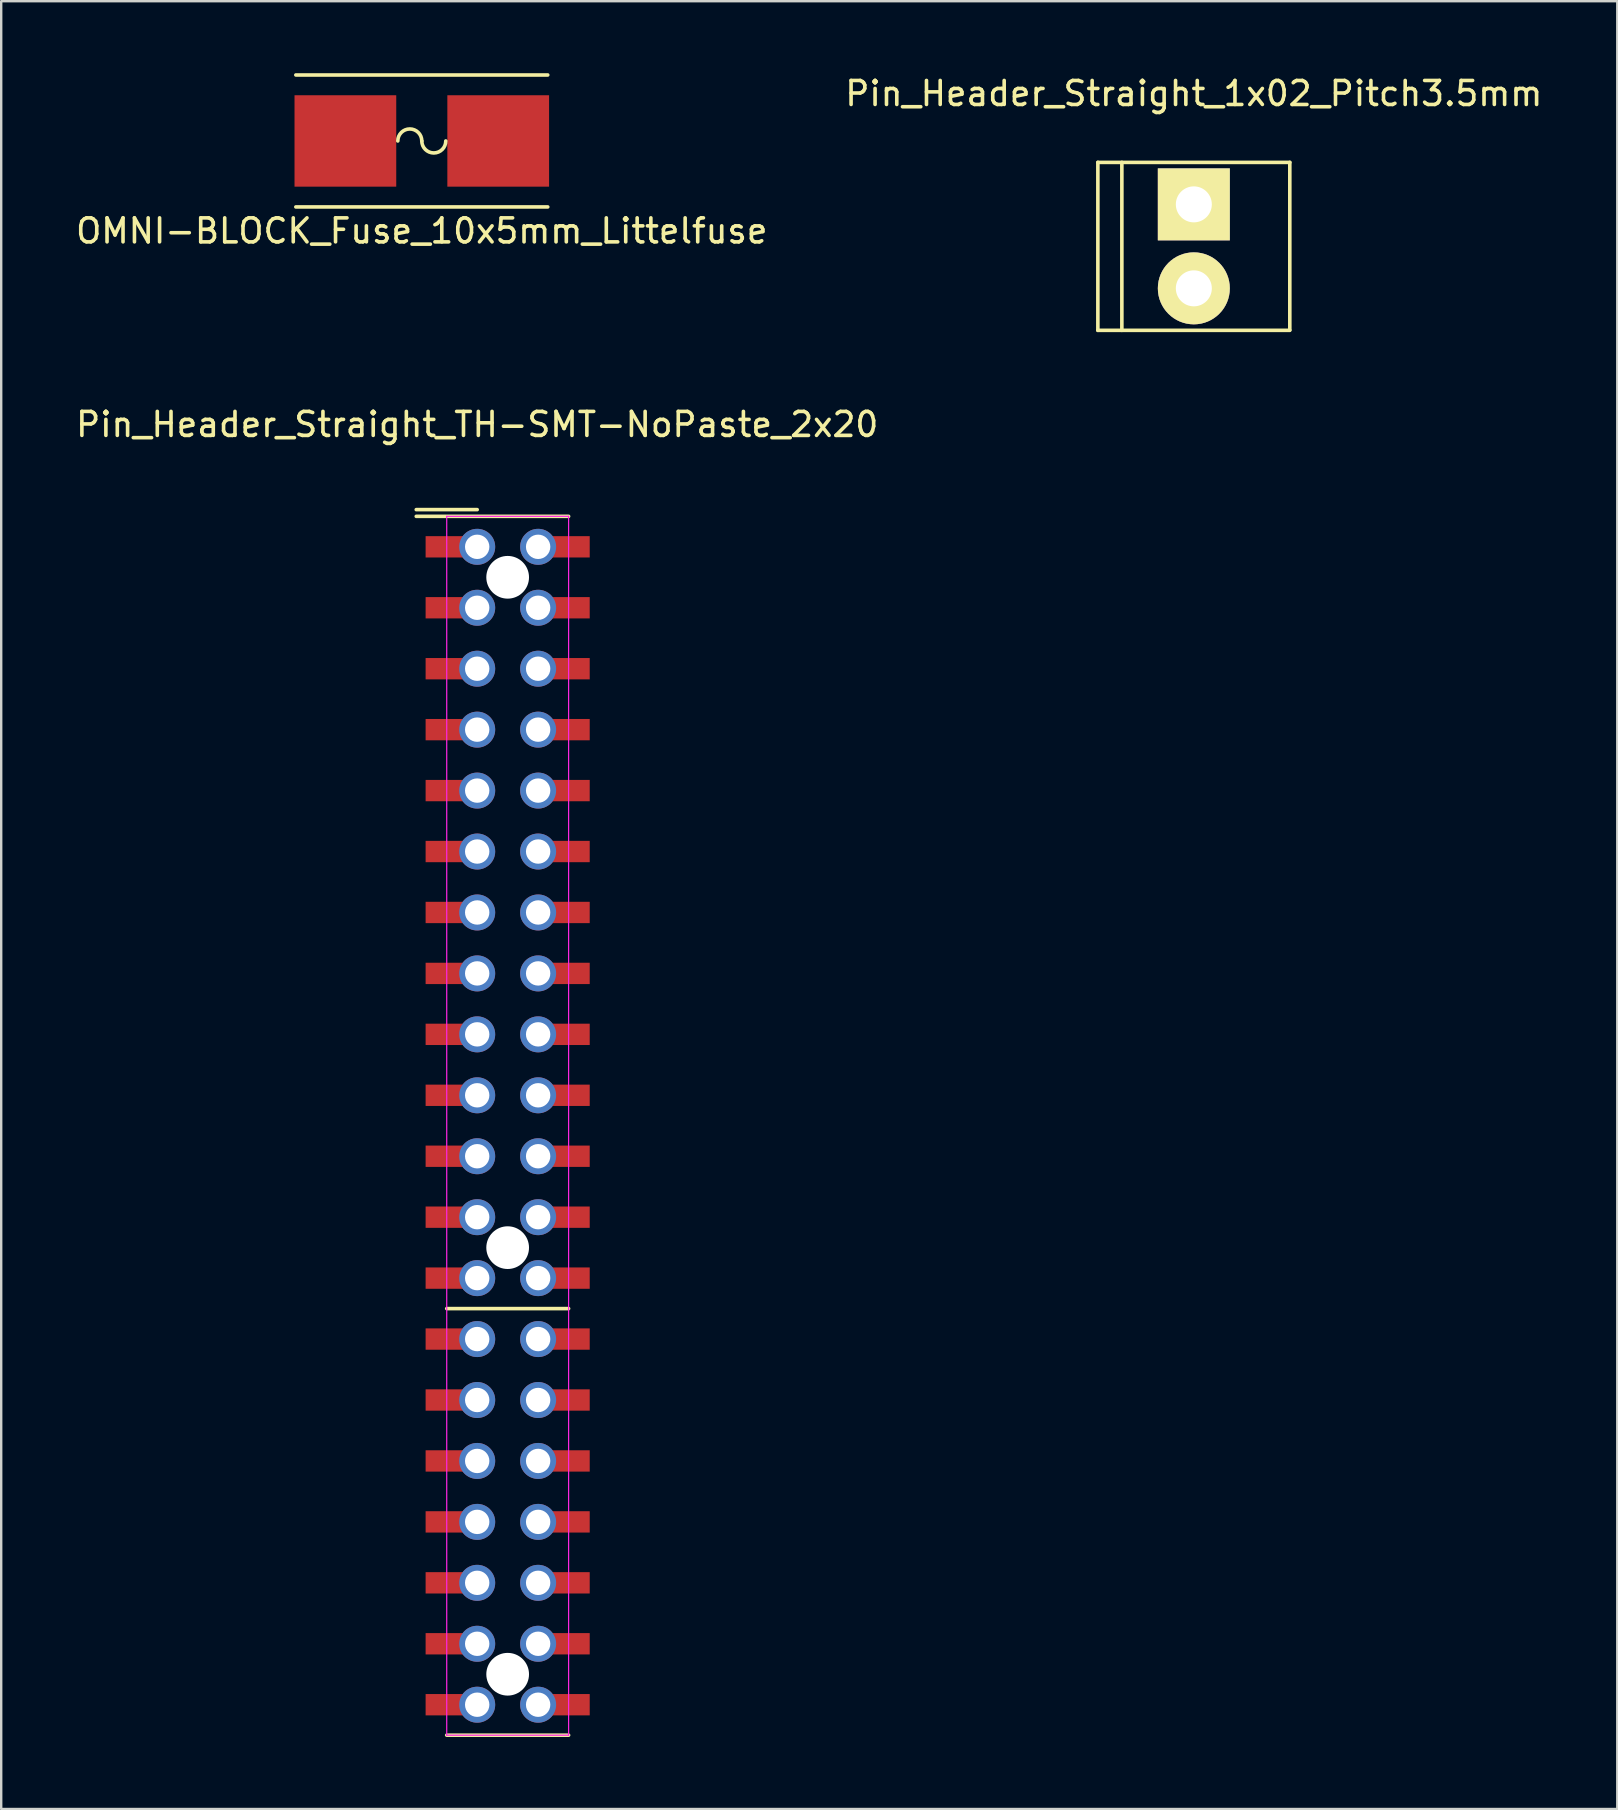
<source format=kicad_pcb>
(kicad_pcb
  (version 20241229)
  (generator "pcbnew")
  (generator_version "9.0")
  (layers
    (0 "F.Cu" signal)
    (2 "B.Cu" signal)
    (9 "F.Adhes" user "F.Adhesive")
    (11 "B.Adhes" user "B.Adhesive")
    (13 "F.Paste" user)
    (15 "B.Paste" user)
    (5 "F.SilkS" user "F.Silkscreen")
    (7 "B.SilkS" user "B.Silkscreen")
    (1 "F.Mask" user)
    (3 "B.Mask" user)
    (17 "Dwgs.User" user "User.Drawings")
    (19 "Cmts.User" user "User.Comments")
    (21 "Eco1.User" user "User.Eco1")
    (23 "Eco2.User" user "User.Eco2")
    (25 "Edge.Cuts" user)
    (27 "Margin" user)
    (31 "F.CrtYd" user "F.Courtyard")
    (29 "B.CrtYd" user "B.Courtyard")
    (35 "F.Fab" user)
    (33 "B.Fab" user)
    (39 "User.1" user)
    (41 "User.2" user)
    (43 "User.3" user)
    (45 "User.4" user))
  (footprint "Pin_Header_Straight_TH-SMT-NoPaste_2x20"
    (layer "F.Cu")
    (at 16.839 19.741)
    (property "Reference" "Pin_Header_Straight_TH-SMT-NoPaste_2x20" (at 0 -5.1 0) (layer "F.SilkS") (effects (font (size 1 1) (thickness 0.15))))
    (attr through_hole)
    (fp_line (start 0 -1.55) (end -2.54 -1.55) (stroke (width 0.15) (type solid)) (layer "F.SilkS"))
    (fp_line (start 3.81 -1.27) (end -2.54 -1.27) (stroke (width 0.15) (type solid)) (layer "F.SilkS"))
    (fp_line (start 3.81 31.75) (end -1.27 31.75) (stroke (width 0.15) (type solid)) (layer "F.SilkS"))
    (fp_line (start 3.81 49.53) (end -1.27 49.53) (stroke (width 0.15) (type solid)) (layer "F.SilkS"))
    (fp_line (start -1.27 -1.27) (end -1.27 49.53) (stroke (width 0.05) (type solid)) (layer "F.CrtYd"))
    (fp_line (start -1.27 -1.27) (end 3.81 -1.27) (stroke (width 0.05) (type solid)) (layer "F.CrtYd"))
    (fp_line (start -1.27 49.53) (end 3.81 49.53) (stroke (width 0.05) (type solid)) (layer "F.CrtYd"))
    (fp_line (start 3.81 -1.27) (end 3.81 49.53) (stroke (width 0.05) (type solid)) (layer "F.CrtYd"))
    (pad "" np_thru_hole circle (at 1.27 1.27) (size 1.78 1.78) (drill 1.78) (layers "*.Cu"))
    (pad "" np_thru_hole circle (at 1.27 29.21) (size 1.78 1.78) (drill 1.78) (layers "*.Cu"))
    (pad "" np_thru_hole circle (at 1.27 46.99) (size 1.78 1.78) (drill 1.78) (layers "*.Cu"))
    (pad "1" smd rect (at -1.31 0) (size 1.68 0.889) (layers "F.Cu" "F.Mask"))
    (pad "1" thru_hole circle (at 0 0) (size 1.5 1.5) (drill 1.016) (layers "*.Cu" "*.Mask"))
    (pad "2" thru_hole circle (at 2.54 0) (size 1.5 1.5) (drill 1.016) (layers "*.Cu" "*.Mask"))
    (pad "2" smd rect (at 3.85 0) (size 1.68 0.889) (layers "F.Cu" "F.Mask"))
    (pad "3" smd rect (at -1.31 2.54) (size 1.68 0.889) (layers "F.Cu" "F.Mask"))
    (pad "3" thru_hole circle (at 0 2.54) (size 1.5 1.5) (drill 1.016) (layers "*.Cu" "*.Mask"))
    (pad "4" thru_hole circle (at 2.54 2.54) (size 1.5 1.5) (drill 1.016) (layers "*.Cu" "*.Mask"))
    (pad "4" smd rect (at 3.85 2.54) (size 1.68 0.889) (layers "F.Cu" "F.Mask"))
    (pad "5" smd rect (at -1.31 5.08) (size 1.68 0.889) (layers "F.Cu" "F.Mask"))
    (pad "5" thru_hole circle (at 0 5.08) (size 1.5 1.5) (drill 1.016) (layers "*.Cu" "*.Mask"))
    (pad "6" thru_hole circle (at 2.54 5.08) (size 1.5 1.5) (drill 1.016) (layers "*.Cu" "*.Mask"))
    (pad "6" smd rect (at 3.85 5.08) (size 1.68 0.889) (layers "F.Cu" "F.Mask"))
    (pad "7" smd rect (at -1.31 7.62) (size 1.68 0.889) (layers "F.Cu" "F.Mask"))
    (pad "7" thru_hole circle (at 0 7.62) (size 1.5 1.5) (drill 1.016) (layers "*.Cu" "*.Mask"))
    (pad "8" thru_hole circle (at 2.54 7.62) (size 1.5 1.5) (drill 1.016) (layers "*.Cu" "*.Mask"))
    (pad "8" smd rect (at 3.85 7.62) (size 1.68 0.889) (layers "F.Cu" "F.Mask"))
    (pad "9" smd rect (at -1.31 10.16) (size 1.68 0.889) (layers "F.Cu" "F.Mask"))
    (pad "9" thru_hole circle (at 0 10.16) (size 1.5 1.5) (drill 1.016) (layers "*.Cu" "*.Mask"))
    (pad "10" thru_hole circle (at 2.54 10.16) (size 1.5 1.5) (drill 1.016) (layers "*.Cu" "*.Mask"))
    (pad "10" smd rect (at 3.85 10.16) (size 1.68 0.889) (layers "F.Cu" "F.Mask"))
    (pad "11" smd rect (at -1.31 12.7) (size 1.68 0.889) (layers "F.Cu" "F.Mask"))
    (pad "11" thru_hole circle (at 0 12.7) (size 1.5 1.5) (drill 1.016) (layers "*.Cu" "*.Mask"))
    (pad "12" thru_hole circle (at 2.54 12.7) (size 1.5 1.5) (drill 1.016) (layers "*.Cu" "*.Mask"))
    (pad "12" smd rect (at 3.85 12.7) (size 1.68 0.889) (layers "F.Cu" "F.Mask"))
    (pad "13" smd rect (at -1.31 15.24) (size 1.68 0.889) (layers "F.Cu" "F.Mask"))
    (pad "13" thru_hole circle (at 0 15.24) (size 1.5 1.5) (drill 1.016) (layers "*.Cu" "*.Mask"))
    (pad "14" thru_hole circle (at 2.54 15.24) (size 1.5 1.5) (drill 1.016) (layers "*.Cu" "*.Mask"))
    (pad "14" smd rect (at 3.85 15.24) (size 1.68 0.889) (layers "F.Cu" "F.Mask"))
    (pad "15" smd rect (at -1.31 17.78) (size 1.68 0.889) (layers "F.Cu" "F.Mask"))
    (pad "15" thru_hole circle (at 0 17.78) (size 1.5 1.5) (drill 1.016) (layers "*.Cu" "*.Mask"))
    (pad "16" thru_hole circle (at 2.54 17.78) (size 1.5 1.5) (drill 1.016) (layers "*.Cu" "*.Mask"))
    (pad "16" smd rect (at 3.85 17.78) (size 1.68 0.889) (layers "F.Cu" "F.Mask"))
    (pad "17" smd rect (at -1.31 20.32) (size 1.68 0.889) (layers "F.Cu" "F.Mask"))
    (pad "17" thru_hole circle (at 0 20.32) (size 1.5 1.5) (drill 1.016) (layers "*.Cu" "*.Mask"))
    (pad "18" thru_hole circle (at 2.54 20.32) (size 1.5 1.5) (drill 1.016) (layers "*.Cu" "*.Mask"))
    (pad "18" smd rect (at 3.85 20.32) (size 1.68 0.889) (layers "F.Cu" "F.Mask"))
    (pad "19" smd rect (at -1.31 22.86) (size 1.68 0.889) (layers "F.Cu" "F.Mask"))
    (pad "19" thru_hole circle (at 0 22.86) (size 1.5 1.5) (drill 1.016) (layers "*.Cu" "*.Mask"))
    (pad "20" thru_hole circle (at 2.54 22.86) (size 1.5 1.5) (drill 1.016) (layers "*.Cu" "*.Mask"))
    (pad "20" smd rect (at 3.85 22.86) (size 1.68 0.889) (layers "F.Cu" "F.Mask"))
    (pad "21" smd rect (at -1.31 25.4) (size 1.68 0.889) (layers "F.Cu" "F.Mask"))
    (pad "21" thru_hole circle (at 0 25.4) (size 1.5 1.5) (drill 1.016) (layers "*.Cu" "*.Mask"))
    (pad "22" thru_hole circle (at 2.54 25.4) (size 1.5 1.5) (drill 1.016) (layers "*.Cu" "*.Mask"))
    (pad "22" smd rect (at 3.85 25.4) (size 1.68 0.889) (layers "F.Cu" "F.Mask"))
    (pad "23" smd rect (at -1.31 27.94) (size 1.68 0.889) (layers "F.Cu" "F.Mask"))
    (pad "23" thru_hole circle (at 0 27.94) (size 1.5 1.5) (drill 1.016) (layers "*.Cu" "*.Mask"))
    (pad "24" thru_hole circle (at 2.54 27.94) (size 1.5 1.5) (drill 1.016) (layers "*.Cu" "*.Mask"))
    (pad "24" smd rect (at 3.85 27.94) (size 1.68 0.889) (layers "F.Cu" "F.Mask"))
    (pad "25" smd rect (at -1.31 30.48) (size 1.68 0.889) (layers "F.Cu" "F.Mask"))
    (pad "25" thru_hole circle (at 0 30.48) (size 1.5 1.5) (drill 1.016) (layers "*.Cu" "*.Mask"))
    (pad "26" thru_hole circle (at 2.54 30.48) (size 1.5 1.5) (drill 1.016) (layers "*.Cu" "*.Mask"))
    (pad "26" smd rect (at 3.85 30.48) (size 1.68 0.889) (layers "F.Cu" "F.Mask"))
    (pad "27" smd rect (at -1.31 33.02) (size 1.68 0.889) (layers "F.Cu" "F.Mask"))
    (pad "27" thru_hole circle (at 0 33.02) (size 1.5 1.5) (drill 1.016) (layers "*.Cu" "*.Mask"))
    (pad "28" thru_hole circle (at 2.54 33.02) (size 1.5 1.5) (drill 1.016) (layers "*.Cu" "*.Mask"))
    (pad "28" smd rect (at 3.85 33.02) (size 1.68 0.889) (layers "F.Cu" "F.Mask"))
    (pad "29" smd rect (at -1.31 35.56) (size 1.68 0.889) (layers "F.Cu" "F.Mask"))
    (pad "29" thru_hole circle (at 0 35.56) (size 1.5 1.5) (drill 1.016) (layers "*.Cu" "*.Mask"))
    (pad "30" thru_hole circle (at 2.54 35.56) (size 1.5 1.5) (drill 1.016) (layers "*.Cu" "*.Mask"))
    (pad "30" smd rect (at 3.85 35.56) (size 1.68 0.889) (layers "F.Cu" "F.Mask"))
    (pad "31" smd rect (at -1.31 38.1) (size 1.68 0.889) (layers "F.Cu" "F.Mask"))
    (pad "31" thru_hole circle (at 0 38.1) (size 1.5 1.5) (drill 1.016) (layers "*.Cu" "*.Mask"))
    (pad "32" thru_hole circle (at 2.54 38.1) (size 1.5 1.5) (drill 1.016) (layers "*.Cu" "*.Mask"))
    (pad "32" smd rect (at 3.85 38.1) (size 1.68 0.889) (layers "F.Cu" "F.Mask"))
    (pad "33" smd rect (at -1.31 40.64) (size 1.68 0.889) (layers "F.Cu" "F.Mask"))
    (pad "33" thru_hole circle (at 0 40.64) (size 1.5 1.5) (drill 1.016) (layers "*.Cu" "*.Mask"))
    (pad "34" thru_hole circle (at 2.54 40.64) (size 1.5 1.5) (drill 1.016) (layers "*.Cu" "*.Mask"))
    (pad "34" smd rect (at 3.85 40.64) (size 1.68 0.889) (layers "F.Cu" "F.Mask"))
    (pad "35" smd rect (at -1.31 43.18) (size 1.68 0.889) (layers "F.Cu" "F.Mask"))
    (pad "35" thru_hole circle (at 0 43.18) (size 1.5 1.5) (drill 1.016) (layers "*.Cu" "*.Mask"))
    (pad "36" thru_hole circle (at 2.54 43.18) (size 1.5 1.5) (drill 1.016) (layers "*.Cu" "*.Mask"))
    (pad "36" smd rect (at 3.85 43.18) (size 1.68 0.889) (layers "F.Cu" "F.Mask"))
    (pad "37" smd rect (at -1.31 45.72) (size 1.68 0.889) (layers "F.Cu" "F.Mask"))
    (pad "37" thru_hole circle (at 0 45.72) (size 1.5 1.5) (drill 1.016) (layers "*.Cu" "*.Mask"))
    (pad "38" thru_hole circle (at 2.54 45.72) (size 1.5 1.5) (drill 1.016) (layers "*.Cu" "*.Mask"))
    (pad "38" smd rect (at 3.85 45.72) (size 1.68 0.889) (layers "F.Cu" "F.Mask"))
    (pad "39" smd rect (at -1.31 48.26) (size 1.68 0.889) (layers "F.Cu" "F.Mask"))
    (pad "39" thru_hole circle (at 0 48.26) (size 1.5 1.5) (drill 1.016) (layers "*.Cu" "*.Mask"))
    (pad "40" thru_hole circle (at 2.54 48.26) (size 1.5 1.5) (drill 1.016) (layers "*.Cu" "*.Mask"))
    (pad "40" smd rect (at 3.85 48.26) (size 1.68 0.889) (layers "F.Cu" "F.Mask")))
  (footprint "Pin_Header_Straight_1x02_Pitch3.5mm"
    (layer "F.Cu")
    (at 46.708 5.948)
    (property "Reference" "Pin_Header_Straight_1x02_Pitch3.5mm" (at 0 -5.1 0) (layer "F.SilkS") (effects (font (size 1 1) (thickness 0.15))))
    (attr through_hole)
    (fp_line (start -4 -2.23) (end -4 4.77) (stroke (width 0.15) (type solid)) (layer "F.SilkS"))
    (fp_line (start -4 4.77) (end 4 4.77) (stroke (width 0.15) (type solid)) (layer "F.SilkS"))
    (fp_line (start -3 -2.23) (end -3 4.77) (stroke (width 0.15) (type solid)) (layer "F.SilkS"))
    (fp_line (start 4 -2.23) (end -4 -2.23) (stroke (width 0.15) (type solid)) (layer "F.SilkS"))
    (fp_line (start 4 4.75) (end 4 -2.23) (stroke (width 0.15) (type solid)) (layer "F.SilkS"))
    (pad "1" thru_hole rect (at 0 -0.48) (size 3 3) (drill 1.5) (layers "*.Cu" "*.Mask" "F.SilkS"))
    (pad "2" thru_hole oval (at 0 3.02) (size 3 3) (drill 1.5) (layers "*.Cu" "*.Mask" "F.SilkS")))
  (footprint "OMNI-BLOCK_Fuse_10x5mm_Littelfuse"
    (layer "F.Cu")
    (at 14.53 2.825)
    (property "Reference" "OMNI-BLOCK_Fuse_10x5mm_Littelfuse" (at 0 3.75 0) (layer "F.SilkS") (effects (font (size 1 1) (thickness 0.15))))
    (attr through_hole)
    (fp_line (start -5.25 2.75) (end 5.25 2.75) (stroke (width 0.15) (type solid)) (layer "F.SilkS"))
    (fp_line (start 5.25 -2.75) (end -5.25 -2.75) (stroke (width 0.15) (type solid)) (layer "F.SilkS"))
    (fp_arc (start -1 0) (mid -0.5 -0.5) (end 0 0) (stroke (width 0.15) (type solid)) (layer "F.SilkS"))
    (fp_arc (start 1 0) (mid 0.5 0.5) (end 0 0) (stroke (width 0.15) (type solid)) (layer "F.SilkS"))
    (pad "1" smd rect (at -3.185 0) (size 4.24 3.81) (layers "F.Cu" "F.Mask" "F.Paste"))
    (pad "2" smd rect (at 3.185 0) (size 4.24 3.81) (layers "F.Cu" "F.Mask" "F.Paste")))
  (gr_rect
    (start -3 -3)
    (end 64.357 72.347)
    (stroke (width 0.1) (type default))
    (fill no)
    (layer "Edge.Cuts")))
</source>
